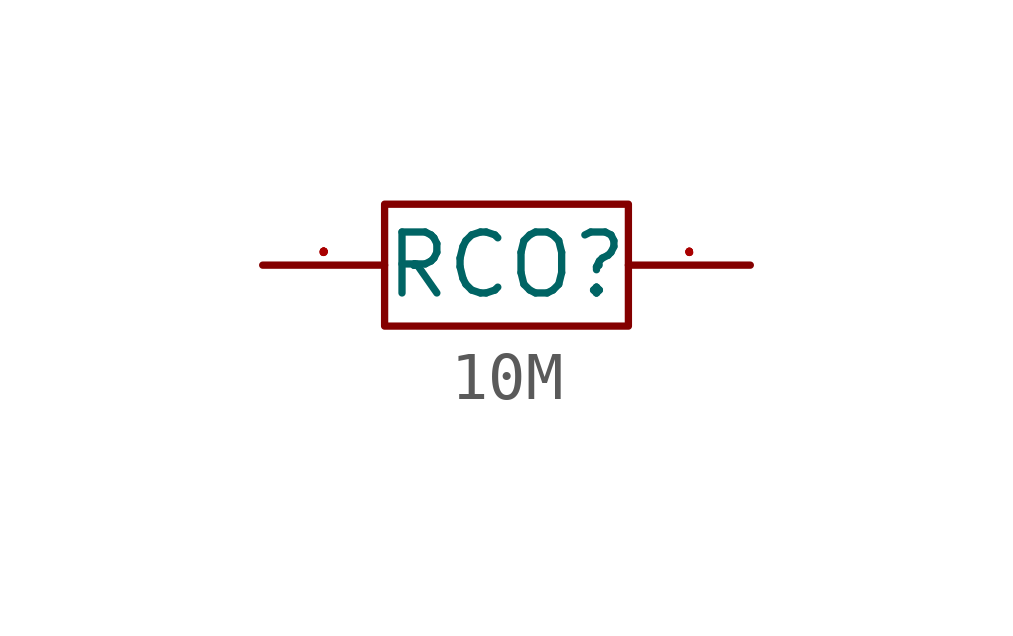
<source format=kicad_sym>
(kicad_symbol_lib
  (version 20231120)
  (generator "kicad_symbol_editor")
  (generator_version "8.0")
  (symbol "10M"
    (property "Reference" "RCO"
      (at 0 0 0)
      (effects (font (size 1.27 1.27))))
    (property "Value" ""
      (at 0 0 0)
      (effects (font (size 1.27 1.27))))
    (symbol "10M_1_0"
      (rectangle (start -2.54 -1.27) (end 2.54 1.27) (stroke (width 0) (type default)) (fill (type none)))
      (pin unspecified line (at 5.08 0 180) (length 2.54) (name "1" (effects (font (size 0.025 0.025)))) (number "1" (effects (font (size 0.025 0.025)))))
      (pin unspecified line (at -5.08 0 0) (length 2.54) (name "2" (effects (font (size 0.025 0.025)))) (number "2" (effects (font (size 0.025 0.025))))))))
</source>
